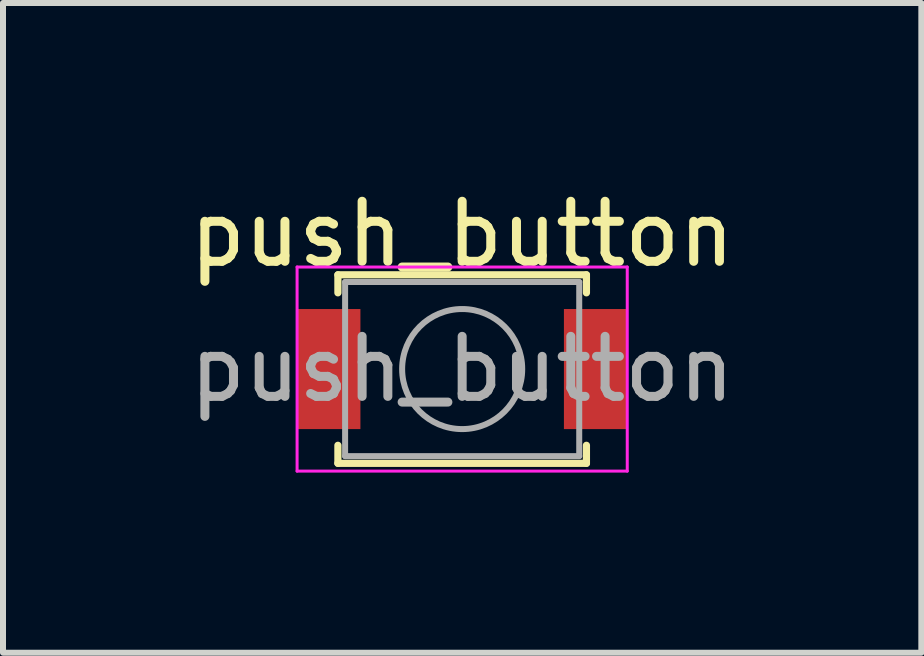
<source format=kicad_pcb>
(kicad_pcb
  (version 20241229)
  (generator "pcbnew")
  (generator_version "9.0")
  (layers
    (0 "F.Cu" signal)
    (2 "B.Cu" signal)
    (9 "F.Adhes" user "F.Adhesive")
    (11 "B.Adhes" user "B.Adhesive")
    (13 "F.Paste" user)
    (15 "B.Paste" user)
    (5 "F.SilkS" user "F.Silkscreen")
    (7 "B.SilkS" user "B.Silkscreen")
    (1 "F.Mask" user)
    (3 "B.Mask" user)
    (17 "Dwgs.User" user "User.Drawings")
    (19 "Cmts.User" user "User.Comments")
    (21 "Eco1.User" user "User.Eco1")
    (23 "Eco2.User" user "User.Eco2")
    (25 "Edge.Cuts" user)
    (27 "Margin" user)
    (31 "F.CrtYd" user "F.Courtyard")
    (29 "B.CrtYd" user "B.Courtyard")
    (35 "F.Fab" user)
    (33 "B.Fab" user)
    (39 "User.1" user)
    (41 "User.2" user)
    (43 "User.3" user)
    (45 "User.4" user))
  (footprint "push_button"
    (layer "F.Cu")
    (at 4.649 3.098)
    (property "Reference" "push_button" (at 0 -2.25 0) (layer "F.SilkS") (effects (font (size 1 1) (thickness 0.15))))
    (attr smd)
    (fp_line (start -2.07 -1.57) (end 2.07 -1.57) (stroke (width 0.12) (type solid)) (layer "F.SilkS"))
    (fp_line (start -2.07 -1.27) (end -2.07 -1.57) (stroke (width 0.12) (type solid)) (layer "F.SilkS"))
    (fp_line (start -2.07 1.57) (end -2.07 1.27) (stroke (width 0.12) (type solid)) (layer "F.SilkS"))
    (fp_line (start 2.07 -1.57) (end 2.07 -1.27) (stroke (width 0.12) (type solid)) (layer "F.SilkS"))
    (fp_line (start 2.07 1.27) (end 2.07 1.57) (stroke (width 0.12) (type solid)) (layer "F.SilkS"))
    (fp_line (start 2.07 1.57) (end -2.07 1.57) (stroke (width 0.12) (type solid)) (layer "F.SilkS"))
    (fp_line (start -2.75 -1.7) (end 2.75 -1.7) (stroke (width 0.05) (type solid)) (layer "F.CrtYd"))
    (fp_line (start -2.75 1.7) (end -2.75 -1.7) (stroke (width 0.05) (type solid)) (layer "F.CrtYd"))
    (fp_line (start 2.75 -1.7) (end 2.75 1.7) (stroke (width 0.05) (type solid)) (layer "F.CrtYd"))
    (fp_line (start 2.75 1.7) (end -2.75 1.7) (stroke (width 0.05) (type solid)) (layer "F.CrtYd"))
    (fp_line (start -1.95 -1.45) (end 1.95 -1.45) (stroke (width 0.1) (type solid)) (layer "F.Fab"))
    (fp_line (start -1.95 1.45) (end -1.95 -1.45) (stroke (width 0.1) (type solid)) (layer "F.Fab"))
    (fp_line (start 1.95 -1.45) (end 1.95 1.45) (stroke (width 0.1) (type solid)) (layer "F.Fab"))
    (fp_line (start 1.95 1.45) (end -1.95 1.45) (stroke (width 0.1) (type solid)) (layer "F.Fab"))
    (fp_circle (center 0 0) (end 1 0) (stroke (width 0.1) (type solid)) (fill no) (layer "F.Fab"))
    (fp_text user "${REFERENCE}" (at 0 0 0) (layer "F.Fab") (effects (font (size 1 1) (thickness 0.15))))
    (pad "1" smd rect (at -2.22 0) (size 1.05 2) (layers "F.Cu" "F.Mask" "F.Paste"))
    (pad "2" smd rect (at 2.22 0) (size 1.05 2) (layers "F.Cu" "F.Mask" "F.Paste")))
  (gr_rect
    (start -3 -3)
    (end 12.298 7.823)
    (stroke (width 0.1) (type default))
    (fill no)
    (layer "Edge.Cuts")))
</source>
